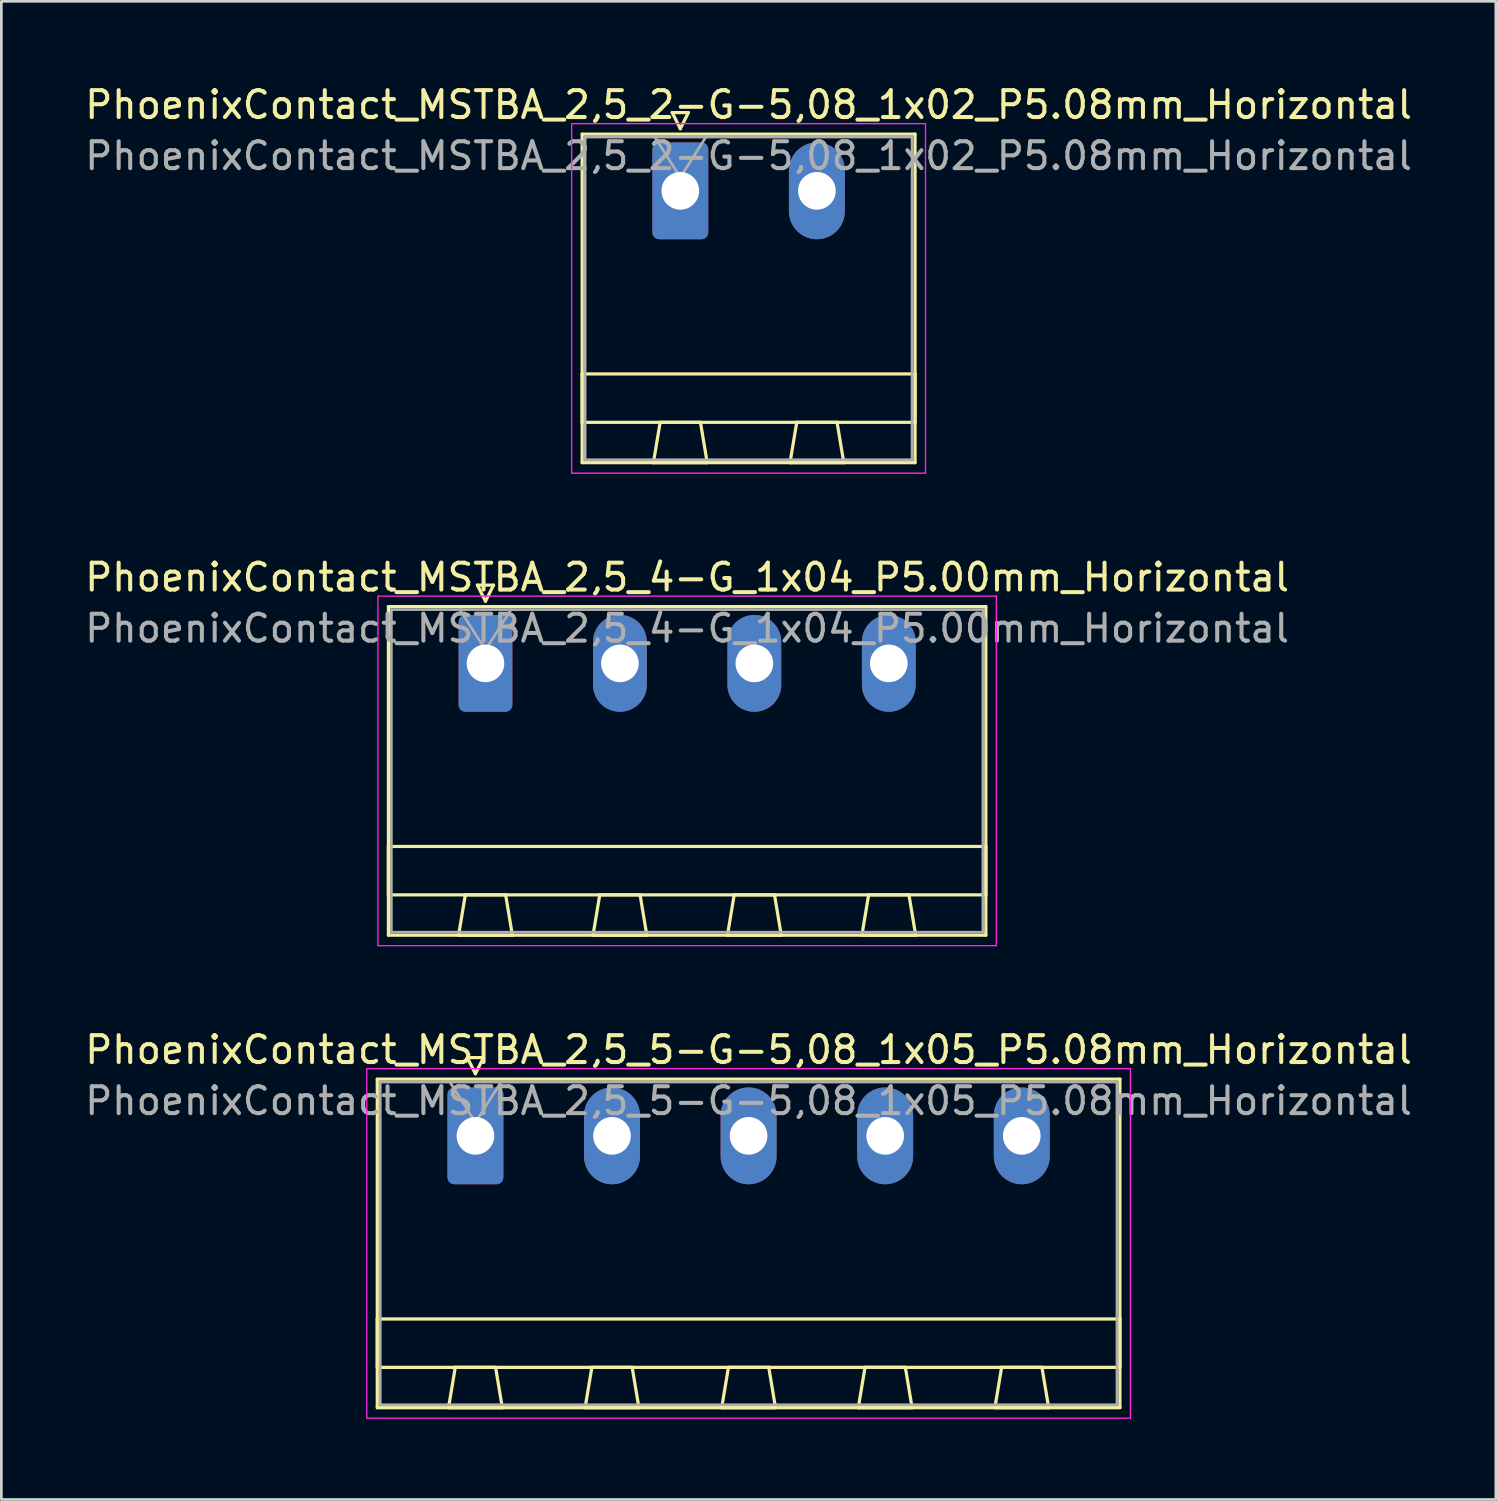
<source format=kicad_pcb>
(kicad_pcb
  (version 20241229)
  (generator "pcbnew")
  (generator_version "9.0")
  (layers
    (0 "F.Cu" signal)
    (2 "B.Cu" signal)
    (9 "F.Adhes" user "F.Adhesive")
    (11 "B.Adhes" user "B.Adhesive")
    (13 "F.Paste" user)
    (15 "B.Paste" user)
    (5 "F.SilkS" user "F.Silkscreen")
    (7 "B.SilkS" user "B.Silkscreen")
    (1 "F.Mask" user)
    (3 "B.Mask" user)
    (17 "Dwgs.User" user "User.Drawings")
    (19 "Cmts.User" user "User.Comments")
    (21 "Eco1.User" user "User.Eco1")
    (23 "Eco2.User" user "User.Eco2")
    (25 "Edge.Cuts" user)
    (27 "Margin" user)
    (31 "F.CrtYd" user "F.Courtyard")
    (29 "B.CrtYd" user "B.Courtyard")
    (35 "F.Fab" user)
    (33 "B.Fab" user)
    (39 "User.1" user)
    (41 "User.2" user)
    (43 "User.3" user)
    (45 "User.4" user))
  (footprint "PhoenixContact_MSTBA_2,5_5-G-5,08_1x05_P5.08mm_Horizontal"
    (layer "F.Cu")
    (at 14.632 39.195)
    (property "Reference" "PhoenixContact_MSTBA_2,5_5-G-5,08_1x05_P5.08mm_Horizontal" (at 10.16 -3.2 0) (layer "F.SilkS") (effects (font (size 1 1) (thickness 0.15))))
    (attr through_hole)
    (fp_line (start -3.65 -2.11) (end -3.65 10.11) (stroke (width 0.12) (type solid)) (layer "F.SilkS"))
    (fp_line (start -3.65 6.81) (end 23.97 6.81) (stroke (width 0.12) (type solid)) (layer "F.SilkS"))
    (fp_line (start -3.65 8.61) (end -3.65 6.81) (stroke (width 0.12) (type solid)) (layer "F.SilkS"))
    (fp_line (start -3.65 10.11) (end 23.97 10.11) (stroke (width 0.12) (type solid)) (layer "F.SilkS"))
    (fp_line (start -1 10.11) (end 1 10.11) (stroke (width 0.12) (type solid)) (layer "F.SilkS"))
    (fp_line (start -0.75 8.61) (end -1 10.11) (stroke (width 0.12) (type solid)) (layer "F.SilkS"))
    (fp_line (start -0.3 -2.91) (end 0.3 -2.91) (stroke (width 0.12) (type solid)) (layer "F.SilkS"))
    (fp_line (start 0 -2.31) (end -0.3 -2.91) (stroke (width 0.12) (type solid)) (layer "F.SilkS"))
    (fp_line (start 0.3 -2.91) (end 0 -2.31) (stroke (width 0.12) (type solid)) (layer "F.SilkS"))
    (fp_line (start 0.75 8.61) (end -0.75 8.61) (stroke (width 0.12) (type solid)) (layer "F.SilkS"))
    (fp_line (start 1 10.11) (end 0.75 8.61) (stroke (width 0.12) (type solid)) (layer "F.SilkS"))
    (fp_line (start 4.08 10.11) (end 6.08 10.11) (stroke (width 0.12) (type solid)) (layer "F.SilkS"))
    (fp_line (start 4.33 8.61) (end 4.08 10.11) (stroke (width 0.12) (type solid)) (layer "F.SilkS"))
    (fp_line (start 5.83 8.61) (end 4.33 8.61) (stroke (width 0.12) (type solid)) (layer "F.SilkS"))
    (fp_line (start 6.08 10.11) (end 5.83 8.61) (stroke (width 0.12) (type solid)) (layer "F.SilkS"))
    (fp_line (start 9.16 10.11) (end 11.16 10.11) (stroke (width 0.12) (type solid)) (layer "F.SilkS"))
    (fp_line (start 9.41 8.61) (end 9.16 10.11) (stroke (width 0.12) (type solid)) (layer "F.SilkS"))
    (fp_line (start 10.91 8.61) (end 9.41 8.61) (stroke (width 0.12) (type solid)) (layer "F.SilkS"))
    (fp_line (start 11.16 10.11) (end 10.91 8.61) (stroke (width 0.12) (type solid)) (layer "F.SilkS"))
    (fp_line (start 14.24 10.11) (end 16.24 10.11) (stroke (width 0.12) (type solid)) (layer "F.SilkS"))
    (fp_line (start 14.49 8.61) (end 14.24 10.11) (stroke (width 0.12) (type solid)) (layer "F.SilkS"))
    (fp_line (start 15.99 8.61) (end 14.49 8.61) (stroke (width 0.12) (type solid)) (layer "F.SilkS"))
    (fp_line (start 16.24 10.11) (end 15.99 8.61) (stroke (width 0.12) (type solid)) (layer "F.SilkS"))
    (fp_line (start 19.32 10.11) (end 21.32 10.11) (stroke (width 0.12) (type solid)) (layer "F.SilkS"))
    (fp_line (start 19.57 8.61) (end 19.32 10.11) (stroke (width 0.12) (type solid)) (layer "F.SilkS"))
    (fp_line (start 21.07 8.61) (end 19.57 8.61) (stroke (width 0.12) (type solid)) (layer "F.SilkS"))
    (fp_line (start 21.32 10.11) (end 21.07 8.61) (stroke (width 0.12) (type solid)) (layer "F.SilkS"))
    (fp_line (start 23.97 -2.11) (end -3.65 -2.11) (stroke (width 0.12) (type solid)) (layer "F.SilkS"))
    (fp_line (start 23.97 6.81) (end 23.97 8.61) (stroke (width 0.12) (type solid)) (layer "F.SilkS"))
    (fp_line (start 23.97 8.61) (end -3.65 8.61) (stroke (width 0.12) (type solid)) (layer "F.SilkS"))
    (fp_line (start 23.97 10.11) (end 23.97 -2.11) (stroke (width 0.12) (type solid)) (layer "F.SilkS"))
    (fp_line (start -4.04 -2.5) (end -4.04 10.5) (stroke (width 0.05) (type solid)) (layer "F.CrtYd"))
    (fp_line (start -4.04 10.5) (end 24.36 10.5) (stroke (width 0.05) (type solid)) (layer "F.CrtYd"))
    (fp_line (start 24.36 -2.5) (end -4.04 -2.5) (stroke (width 0.05) (type solid)) (layer "F.CrtYd"))
    (fp_line (start 24.36 10.5) (end 24.36 -2.5) (stroke (width 0.05) (type solid)) (layer "F.CrtYd"))
    (fp_line (start -3.54 -2) (end -3.54 10) (stroke (width 0.1) (type solid)) (layer "F.Fab"))
    (fp_line (start -3.54 10) (end 23.86 10) (stroke (width 0.1) (type solid)) (layer "F.Fab"))
    (fp_line (start 0 -0.5) (end -0.95 -2) (stroke (width 0.1) (type solid)) (layer "F.Fab"))
    (fp_line (start 0.95 -2) (end 0 -0.5) (stroke (width 0.1) (type solid)) (layer "F.Fab"))
    (fp_line (start 23.86 -2) (end -3.54 -2) (stroke (width 0.1) (type solid)) (layer "F.Fab"))
    (fp_line (start 23.86 10) (end 23.86 -2) (stroke (width 0.1) (type solid)) (layer "F.Fab"))
    (fp_text user "${REFERENCE}" (at 10.16 -1.3 0) (layer "F.Fab") (effects (font (size 1 1) (thickness 0.15))))
    (pad "1" thru_hole roundrect (at 0 0) (size 2.08 3.6) (drill 1.4) (layers "*.Cu" "*.Mask") (roundrect_rratio 0.12))
    (pad "2" thru_hole oval (at 5.08 0) (size 2.08 3.6) (drill 1.4) (layers "*.Cu" "*.Mask"))
    (pad "3" thru_hole oval (at 10.16 0) (size 2.08 3.6) (drill 1.4) (layers "*.Cu" "*.Mask"))
    (pad "4" thru_hole oval (at 15.24 0) (size 2.08 3.6) (drill 1.4) (layers "*.Cu" "*.Mask"))
    (pad "5" thru_hole oval (at 20.32 0) (size 2.08 3.6) (drill 1.4) (layers "*.Cu" "*.Mask")))
  (footprint "PhoenixContact_MSTBA_2,5_4-G_1x04_P5.00mm_Horizontal"
    (layer "F.Cu")
    (at 15.006 21.622)
    (property "Reference" "PhoenixContact_MSTBA_2,5_4-G_1x04_P5.00mm_Horizontal" (at 7.5 -3.2 0) (layer "F.SilkS") (effects (font (size 1 1) (thickness 0.15))))
    (attr through_hole)
    (fp_line (start -3.61 -2.11) (end -3.61 10.11) (stroke (width 0.12) (type solid)) (layer "F.SilkS"))
    (fp_line (start -3.61 6.81) (end 18.61 6.81) (stroke (width 0.12) (type solid)) (layer "F.SilkS"))
    (fp_line (start -3.61 8.61) (end -3.61 6.81) (stroke (width 0.12) (type solid)) (layer "F.SilkS"))
    (fp_line (start -3.61 10.11) (end 18.61 10.11) (stroke (width 0.12) (type solid)) (layer "F.SilkS"))
    (fp_line (start -1 10.11) (end 1 10.11) (stroke (width 0.12) (type solid)) (layer "F.SilkS"))
    (fp_line (start -0.75 8.61) (end -1 10.11) (stroke (width 0.12) (type solid)) (layer "F.SilkS"))
    (fp_line (start -0.3 -2.91) (end 0.3 -2.91) (stroke (width 0.12) (type solid)) (layer "F.SilkS"))
    (fp_line (start 0 -2.31) (end -0.3 -2.91) (stroke (width 0.12) (type solid)) (layer "F.SilkS"))
    (fp_line (start 0.3 -2.91) (end 0 -2.31) (stroke (width 0.12) (type solid)) (layer "F.SilkS"))
    (fp_line (start 0.75 8.61) (end -0.75 8.61) (stroke (width 0.12) (type solid)) (layer "F.SilkS"))
    (fp_line (start 1 10.11) (end 0.75 8.61) (stroke (width 0.12) (type solid)) (layer "F.SilkS"))
    (fp_line (start 4 10.11) (end 6 10.11) (stroke (width 0.12) (type solid)) (layer "F.SilkS"))
    (fp_line (start 4.25 8.61) (end 4 10.11) (stroke (width 0.12) (type solid)) (layer "F.SilkS"))
    (fp_line (start 5.75 8.61) (end 4.25 8.61) (stroke (width 0.12) (type solid)) (layer "F.SilkS"))
    (fp_line (start 6 10.11) (end 5.75 8.61) (stroke (width 0.12) (type solid)) (layer "F.SilkS"))
    (fp_line (start 9 10.11) (end 11 10.11) (stroke (width 0.12) (type solid)) (layer "F.SilkS"))
    (fp_line (start 9.25 8.61) (end 9 10.11) (stroke (width 0.12) (type solid)) (layer "F.SilkS"))
    (fp_line (start 10.75 8.61) (end 9.25 8.61) (stroke (width 0.12) (type solid)) (layer "F.SilkS"))
    (fp_line (start 11 10.11) (end 10.75 8.61) (stroke (width 0.12) (type solid)) (layer "F.SilkS"))
    (fp_line (start 14 10.11) (end 16 10.11) (stroke (width 0.12) (type solid)) (layer "F.SilkS"))
    (fp_line (start 14.25 8.61) (end 14 10.11) (stroke (width 0.12) (type solid)) (layer "F.SilkS"))
    (fp_line (start 15.75 8.61) (end 14.25 8.61) (stroke (width 0.12) (type solid)) (layer "F.SilkS"))
    (fp_line (start 16 10.11) (end 15.75 8.61) (stroke (width 0.12) (type solid)) (layer "F.SilkS"))
    (fp_line (start 18.61 -2.11) (end -3.61 -2.11) (stroke (width 0.12) (type solid)) (layer "F.SilkS"))
    (fp_line (start 18.61 6.81) (end 18.61 8.61) (stroke (width 0.12) (type solid)) (layer "F.SilkS"))
    (fp_line (start 18.61 8.61) (end -3.61 8.61) (stroke (width 0.12) (type solid)) (layer "F.SilkS"))
    (fp_line (start 18.61 10.11) (end 18.61 -2.11) (stroke (width 0.12) (type solid)) (layer "F.SilkS"))
    (fp_line (start -4 -2.5) (end -4 10.5) (stroke (width 0.05) (type solid)) (layer "F.CrtYd"))
    (fp_line (start -4 10.5) (end 19 10.5) (stroke (width 0.05) (type solid)) (layer "F.CrtYd"))
    (fp_line (start 19 -2.5) (end -4 -2.5) (stroke (width 0.05) (type solid)) (layer "F.CrtYd"))
    (fp_line (start 19 10.5) (end 19 -2.5) (stroke (width 0.05) (type solid)) (layer "F.CrtYd"))
    (fp_line (start -3.5 -2) (end -3.5 10) (stroke (width 0.1) (type solid)) (layer "F.Fab"))
    (fp_line (start -3.5 10) (end 18.5 10) (stroke (width 0.1) (type solid)) (layer "F.Fab"))
    (fp_line (start 0 -0.5) (end -0.95 -2) (stroke (width 0.1) (type solid)) (layer "F.Fab"))
    (fp_line (start 0.95 -2) (end 0 -0.5) (stroke (width 0.1) (type solid)) (layer "F.Fab"))
    (fp_line (start 18.5 -2) (end -3.5 -2) (stroke (width 0.1) (type solid)) (layer "F.Fab"))
    (fp_line (start 18.5 10) (end 18.5 -2) (stroke (width 0.1) (type solid)) (layer "F.Fab"))
    (fp_text user "${REFERENCE}" (at 7.5 -1.3 0) (layer "F.Fab") (effects (font (size 1 1) (thickness 0.15))))
    (pad "1" thru_hole roundrect (at 0 0) (size 2 3.6) (drill 1.4) (layers "*.Cu" "*.Mask") (roundrect_rratio 0.125))
    (pad "2" thru_hole oval (at 5 0) (size 2 3.6) (drill 1.4) (layers "*.Cu" "*.Mask"))
    (pad "3" thru_hole oval (at 10 0) (size 2 3.6) (drill 1.4) (layers "*.Cu" "*.Mask"))
    (pad "4" thru_hole oval (at 15 0) (size 2 3.6) (drill 1.4) (layers "*.Cu" "*.Mask")))
  (footprint "PhoenixContact_MSTBA_2,5_2-G-5,08_1x02_P5.08mm_Horizontal"
    (layer "F.Cu")
    (at 22.252 4.048)
    (property "Reference" "PhoenixContact_MSTBA_2,5_2-G-5,08_1x02_P5.08mm_Horizontal" (at 2.54 -3.2 0) (layer "F.SilkS") (effects (font (size 1 1) (thickness 0.15))))
    (attr through_hole)
    (fp_line (start -3.65 -2.11) (end -3.65 10.11) (stroke (width 0.12) (type solid)) (layer "F.SilkS"))
    (fp_line (start -3.65 6.81) (end 8.73 6.81) (stroke (width 0.12) (type solid)) (layer "F.SilkS"))
    (fp_line (start -3.65 8.61) (end -3.65 6.81) (stroke (width 0.12) (type solid)) (layer "F.SilkS"))
    (fp_line (start -3.65 10.11) (end 8.73 10.11) (stroke (width 0.12) (type solid)) (layer "F.SilkS"))
    (fp_line (start -1 10.11) (end 1 10.11) (stroke (width 0.12) (type solid)) (layer "F.SilkS"))
    (fp_line (start -0.75 8.61) (end -1 10.11) (stroke (width 0.12) (type solid)) (layer "F.SilkS"))
    (fp_line (start -0.3 -2.91) (end 0.3 -2.91) (stroke (width 0.12) (type solid)) (layer "F.SilkS"))
    (fp_line (start 0 -2.31) (end -0.3 -2.91) (stroke (width 0.12) (type solid)) (layer "F.SilkS"))
    (fp_line (start 0.3 -2.91) (end 0 -2.31) (stroke (width 0.12) (type solid)) (layer "F.SilkS"))
    (fp_line (start 0.75 8.61) (end -0.75 8.61) (stroke (width 0.12) (type solid)) (layer "F.SilkS"))
    (fp_line (start 1 10.11) (end 0.75 8.61) (stroke (width 0.12) (type solid)) (layer "F.SilkS"))
    (fp_line (start 4.08 10.11) (end 6.08 10.11) (stroke (width 0.12) (type solid)) (layer "F.SilkS"))
    (fp_line (start 4.33 8.61) (end 4.08 10.11) (stroke (width 0.12) (type solid)) (layer "F.SilkS"))
    (fp_line (start 5.83 8.61) (end 4.33 8.61) (stroke (width 0.12) (type solid)) (layer "F.SilkS"))
    (fp_line (start 6.08 10.11) (end 5.83 8.61) (stroke (width 0.12) (type solid)) (layer "F.SilkS"))
    (fp_line (start 8.73 -2.11) (end -3.65 -2.11) (stroke (width 0.12) (type solid)) (layer "F.SilkS"))
    (fp_line (start 8.73 6.81) (end 8.73 8.61) (stroke (width 0.12) (type solid)) (layer "F.SilkS"))
    (fp_line (start 8.73 8.61) (end -3.65 8.61) (stroke (width 0.12) (type solid)) (layer "F.SilkS"))
    (fp_line (start 8.73 10.11) (end 8.73 -2.11) (stroke (width 0.12) (type solid)) (layer "F.SilkS"))
    (fp_line (start -4.04 -2.5) (end -4.04 10.5) (stroke (width 0.05) (type solid)) (layer "F.CrtYd"))
    (fp_line (start -4.04 10.5) (end 9.12 10.5) (stroke (width 0.05) (type solid)) (layer "F.CrtYd"))
    (fp_line (start 9.12 -2.5) (end -4.04 -2.5) (stroke (width 0.05) (type solid)) (layer "F.CrtYd"))
    (fp_line (start 9.12 10.5) (end 9.12 -2.5) (stroke (width 0.05) (type solid)) (layer "F.CrtYd"))
    (fp_line (start -3.54 -2) (end -3.54 10) (stroke (width 0.1) (type solid)) (layer "F.Fab"))
    (fp_line (start -3.54 10) (end 8.62 10) (stroke (width 0.1) (type solid)) (layer "F.Fab"))
    (fp_line (start 0 -0.5) (end -0.95 -2) (stroke (width 0.1) (type solid)) (layer "F.Fab"))
    (fp_line (start 0.95 -2) (end 0 -0.5) (stroke (width 0.1) (type solid)) (layer "F.Fab"))
    (fp_line (start 8.62 -2) (end -3.54 -2) (stroke (width 0.1) (type solid)) (layer "F.Fab"))
    (fp_line (start 8.62 10) (end 8.62 -2) (stroke (width 0.1) (type solid)) (layer "F.Fab"))
    (fp_text user "${REFERENCE}" (at 2.54 -1.3 0) (layer "F.Fab") (effects (font (size 1 1) (thickness 0.15))))
    (pad "1" thru_hole roundrect (at 0 0) (size 2.08 3.6) (drill 1.4) (layers "*.Cu" "*.Mask") (roundrect_rratio 0.12))
    (pad "2" thru_hole oval (at 5.08 0) (size 2.08 3.6) (drill 1.4) (layers "*.Cu" "*.Mask")))
  (gr_rect
    (start -3 -3)
    (end 52.583 52.72)
    (stroke (width 0.1) (type default))
    (fill no)
    (layer "Edge.Cuts")))
</source>
